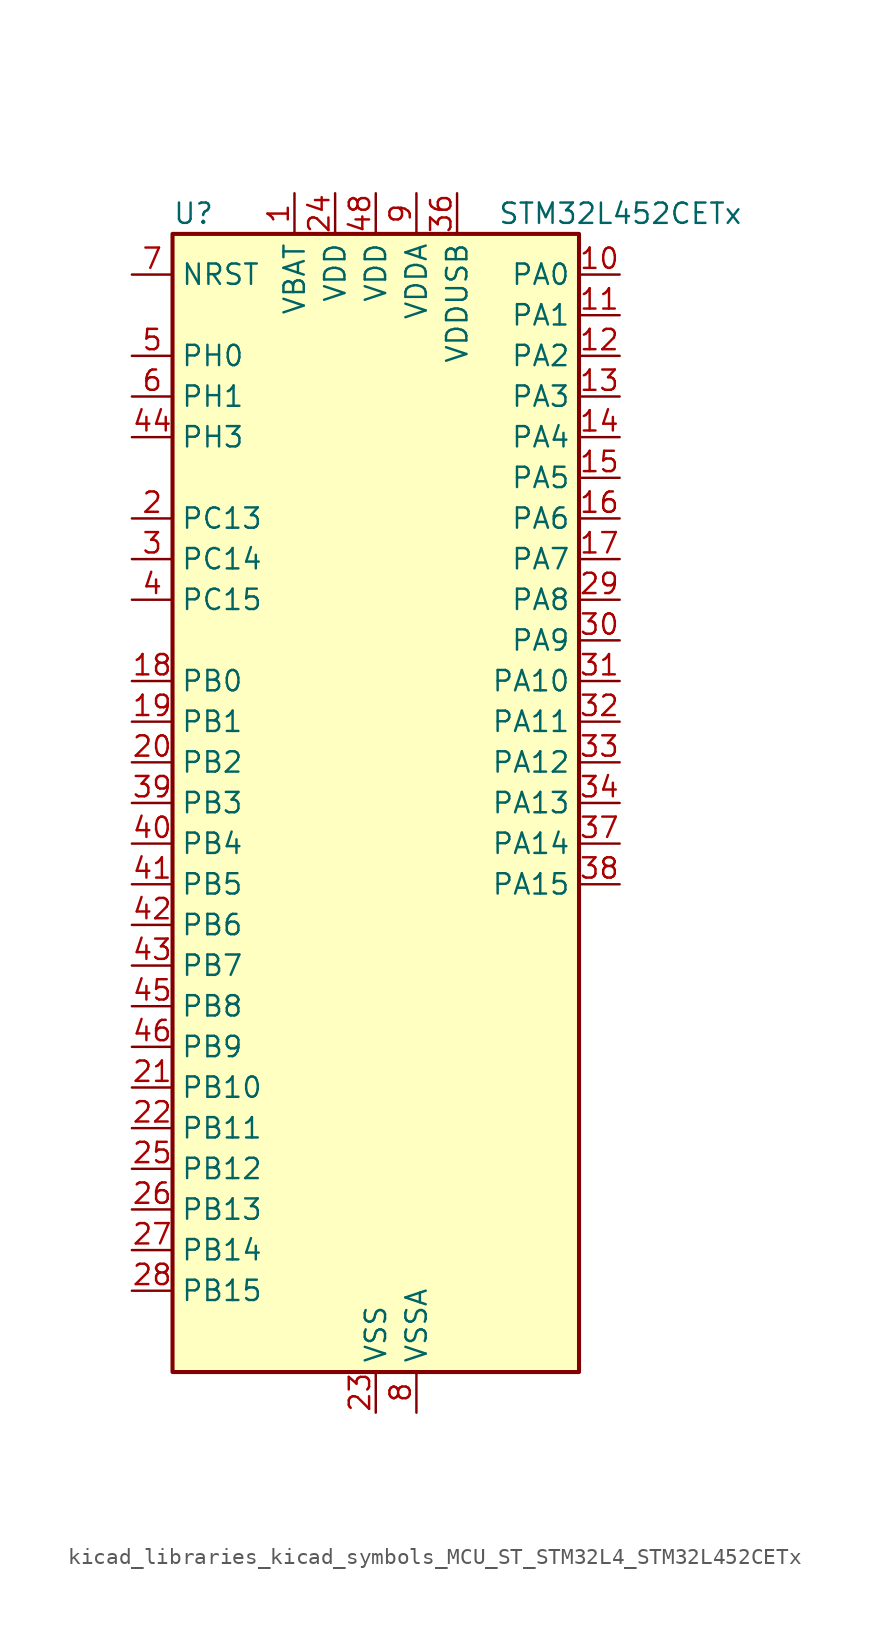
<source format=kicad_sym>
(kicad_symbol_lib
  (version 20220914)
  (generator kicad_symbol_editor)
  (symbol "kicad_libraries_kicad_symbols_MCU_ST_STM32L4_STM32L452CETx"
    (property "Reference" "U"
      (at -12.7 36.83 0)
      (effects (font (size 1.27 1.27)) (justify left)))
    (property "Value" "STM32L452CETx"
      (at 7.62 36.83 0)
      (effects (font (size 1.27 1.27)) (justify left)))
    (property "ki_locked" ""
      (at 0 0 0)
      (effects (font (size 1.27 1.27))))
    (symbol "kicad_libraries_kicad_symbols_MCU_ST_STM32L4_STM32L452CETx_0_1"
      (rectangle (start -12.7 -35.56) (end 12.7 35.56) (stroke (width 0.254) (type default)) (fill (type background))))
    (symbol "kicad_libraries_kicad_symbols_MCU_ST_STM32L4_STM32L452CETx_1_1"
      (pin power_in line (at -5.08 38.1 270) (length 2.54) (name "VBAT" (effects (font (size 1.27 1.27)))) (number "1" (effects (font (size 1.27 1.27)))))
      (pin bidirectional line (at 15.24 33.02 180) (length 2.54) (name "PA0" (effects (font (size 1.27 1.27)))) (number "10" (effects (font (size 1.27 1.27)))) (alternate "ADC1_IN5" bidirectional line) (alternate "COMP1_INM" bidirectional line) (alternate "COMP1_OUT" bidirectional line) (alternate "OPAMP1_VINP" bidirectional line) (alternate "RTC_TAMP2" bidirectional line) (alternate "SAI1_EXTCLK" bidirectional line) (alternate "SYS_WKUP1" bidirectional line) (alternate "TIM2_CH1" bidirectional line) (alternate "TIM2_ETR" bidirectional line) (alternate "UART4_TX" bidirectional line) (alternate "USART2_CTS" bidirectional line))
      (pin bidirectional line (at 15.24 30.48 180) (length 2.54) (name "PA1" (effects (font (size 1.27 1.27)))) (number "11" (effects (font (size 1.27 1.27)))) (alternate "ADC1_IN6" bidirectional line) (alternate "COMP1_INP" bidirectional line) (alternate "I2C1_SMBA" bidirectional line) (alternate "OPAMP1_VINM" bidirectional line) (alternate "SPI1_SCK" bidirectional line) (alternate "TIM15_CH1N" bidirectional line) (alternate "TIM2_CH2" bidirectional line) (alternate "UART4_RX" bidirectional line) (alternate "USART2_DE" bidirectional line) (alternate "USART2_RTS" bidirectional line))
      (pin bidirectional line (at 15.24 27.94 180) (length 2.54) (name "PA2" (effects (font (size 1.27 1.27)))) (number "12" (effects (font (size 1.27 1.27)))) (alternate "ADC1_IN7" bidirectional line) (alternate "COMP2_INM" bidirectional line) (alternate "COMP2_OUT" bidirectional line) (alternate "LPUART1_TX" bidirectional line) (alternate "QUADSPI_BK1_NCS" bidirectional line) (alternate "RCC_LSCO" bidirectional line) (alternate "SYS_WKUP4" bidirectional line) (alternate "TIM15_CH1" bidirectional line) (alternate "TIM2_CH3" bidirectional line) (alternate "USART2_TX" bidirectional line))
      (pin bidirectional line (at 15.24 25.4 180) (length 2.54) (name "PA3" (effects (font (size 1.27 1.27)))) (number "13" (effects (font (size 1.27 1.27)))) (alternate "ADC1_IN8" bidirectional line) (alternate "COMP2_INP" bidirectional line) (alternate "LPUART1_RX" bidirectional line) (alternate "OPAMP1_VOUT" bidirectional line) (alternate "QUADSPI_CLK" bidirectional line) (alternate "SAI1_MCLK_A" bidirectional line) (alternate "TIM15_CH2" bidirectional line) (alternate "TIM2_CH4" bidirectional line) (alternate "USART2_RX" bidirectional line))
      (pin bidirectional line (at 15.24 22.86 180) (length 2.54) (name "PA4" (effects (font (size 1.27 1.27)))) (number "14" (effects (font (size 1.27 1.27)))) (alternate "ADC1_IN9" bidirectional line) (alternate "COMP1_INM" bidirectional line) (alternate "COMP2_INM" bidirectional line) (alternate "DAC1_OUT1" bidirectional line) (alternate "LPTIM2_OUT" bidirectional line) (alternate "SAI1_FS_B" bidirectional line) (alternate "SPI1_NSS" bidirectional line) (alternate "SPI3_NSS" bidirectional line) (alternate "USART2_CK" bidirectional line))
      (pin bidirectional line (at 15.24 20.32 180) (length 2.54) (name "PA5" (effects (font (size 1.27 1.27)))) (number "15" (effects (font (size 1.27 1.27)))) (alternate "ADC1_IN10" bidirectional line) (alternate "COMP1_INM" bidirectional line) (alternate "COMP2_INM" bidirectional line) (alternate "DFSDM1_CKOUT" bidirectional line) (alternate "LPTIM2_ETR" bidirectional line) (alternate "SPI1_SCK" bidirectional line) (alternate "TIM2_CH1" bidirectional line) (alternate "TIM2_ETR" bidirectional line))
      (pin bidirectional line (at 15.24 17.78 180) (length 2.54) (name "PA6" (effects (font (size 1.27 1.27)))) (number "16" (effects (font (size 1.27 1.27)))) (alternate "ADC1_IN11" bidirectional line) (alternate "COMP1_OUT" bidirectional line) (alternate "LPUART1_CTS" bidirectional line) (alternate "QUADSPI_BK1_IO3" bidirectional line) (alternate "SPI1_MISO" bidirectional line) (alternate "TIM16_CH1" bidirectional line) (alternate "TIM1_BKIN" bidirectional line) (alternate "TIM1_BKIN_COMP2" bidirectional line) (alternate "TIM3_CH1" bidirectional line) (alternate "USART3_CTS" bidirectional line))
      (pin bidirectional line (at 15.24 15.24 180) (length 2.54) (name "PA7" (effects (font (size 1.27 1.27)))) (number "17" (effects (font (size 1.27 1.27)))) (alternate "ADC1_IN12" bidirectional line) (alternate "COMP2_OUT" bidirectional line) (alternate "DFSDM1_DATIN0" bidirectional line) (alternate "I2C3_SCL" bidirectional line) (alternate "QUADSPI_BK1_IO2" bidirectional line) (alternate "SPI1_MOSI" bidirectional line) (alternate "TIM1_CH1N" bidirectional line) (alternate "TIM3_CH2" bidirectional line))
      (pin bidirectional line (at -15.24 7.62 0) (length 2.54) (name "PB0" (effects (font (size 1.27 1.27)))) (number "18" (effects (font (size 1.27 1.27)))) (alternate "ADC1_IN15" bidirectional line) (alternate "COMP1_OUT" bidirectional line) (alternate "DFSDM1_CKIN0" bidirectional line) (alternate "QUADSPI_BK1_IO1" bidirectional line) (alternate "SAI1_EXTCLK" bidirectional line) (alternate "SPI1_NSS" bidirectional line) (alternate "TIM1_CH2N" bidirectional line) (alternate "TIM3_CH3" bidirectional line) (alternate "USART3_CK" bidirectional line))
      (pin bidirectional line (at -15.24 5.08 0) (length 2.54) (name "PB1" (effects (font (size 1.27 1.27)))) (number "19" (effects (font (size 1.27 1.27)))) (alternate "ADC1_IN16" bidirectional line) (alternate "COMP1_INM" bidirectional line) (alternate "DFSDM1_DATIN0" bidirectional line) (alternate "LPTIM2_IN1" bidirectional line) (alternate "LPUART1_DE" bidirectional line) (alternate "LPUART1_RTS" bidirectional line) (alternate "QUADSPI_BK1_IO0" bidirectional line) (alternate "TIM1_CH3N" bidirectional line) (alternate "TIM3_CH4" bidirectional line) (alternate "USART3_DE" bidirectional line) (alternate "USART3_RTS" bidirectional line))
      (pin bidirectional line (at -15.24 17.78 0) (length 2.54) (name "PC13" (effects (font (size 1.27 1.27)))) (number "2" (effects (font (size 1.27 1.27)))) (alternate "RTC_OUT_ALARM" bidirectional line) (alternate "RTC_OUT_CALIB" bidirectional line) (alternate "RTC_TAMP1" bidirectional line) (alternate "RTC_TS" bidirectional line) (alternate "SYS_WKUP2" bidirectional line))
      (pin bidirectional line (at -15.24 2.54 0) (length 2.54) (name "PB2" (effects (font (size 1.27 1.27)))) (number "20" (effects (font (size 1.27 1.27)))) (alternate "COMP1_INP" bidirectional line) (alternate "DFSDM1_CKIN0" bidirectional line) (alternate "I2C3_SMBA" bidirectional line) (alternate "LPTIM1_OUT" bidirectional line) (alternate "RTC_OUT_ALARM" bidirectional line) (alternate "RTC_OUT_CALIB" bidirectional line))
      (pin bidirectional line (at -15.24 -17.78 0) (length 2.54) (name "PB10" (effects (font (size 1.27 1.27)))) (number "21" (effects (font (size 1.27 1.27)))) (alternate "COMP1_OUT" bidirectional line) (alternate "I2C2_SCL" bidirectional line) (alternate "I2C4_SCL" bidirectional line) (alternate "LPUART1_RX" bidirectional line) (alternate "QUADSPI_CLK" bidirectional line) (alternate "SAI1_SCK_A" bidirectional line) (alternate "SPI2_SCK" bidirectional line) (alternate "TIM2_CH3" bidirectional line) (alternate "TSC_SYNC" bidirectional line) (alternate "USART3_TX" bidirectional line))
      (pin bidirectional line (at -15.24 -20.32 0) (length 2.54) (name "PB11" (effects (font (size 1.27 1.27)))) (number "22" (effects (font (size 1.27 1.27)))) (alternate "ADC1_EXTI11" bidirectional line) (alternate "COMP2_OUT" bidirectional line) (alternate "I2C2_SDA" bidirectional line) (alternate "I2C4_SDA" bidirectional line) (alternate "LPUART1_TX" bidirectional line) (alternate "QUADSPI_BK1_NCS" bidirectional line) (alternate "TIM2_CH4" bidirectional line) (alternate "USART3_RX" bidirectional line))
      (pin power_in line (at 0 -38.1 90) (length 2.54) (name "VSS" (effects (font (size 1.27 1.27)))) (number "23" (effects (font (size 1.27 1.27)))))
      (pin power_in line (at -2.54 38.1 270) (length 2.54) (name "VDD" (effects (font (size 1.27 1.27)))) (number "24" (effects (font (size 1.27 1.27)))))
      (pin bidirectional line (at -15.24 -22.86 0) (length 2.54) (name "PB12" (effects (font (size 1.27 1.27)))) (number "25" (effects (font (size 1.27 1.27)))) (alternate "CAN1_RX" bidirectional line) (alternate "DFSDM1_DATIN1" bidirectional line) (alternate "I2C2_SMBA" bidirectional line) (alternate "LPUART1_DE" bidirectional line) (alternate "LPUART1_RTS" bidirectional line) (alternate "SAI1_FS_A" bidirectional line) (alternate "SPI2_NSS" bidirectional line) (alternate "TIM15_BKIN" bidirectional line) (alternate "TIM1_BKIN" bidirectional line) (alternate "TIM1_BKIN_COMP2" bidirectional line) (alternate "TSC_G1_IO1" bidirectional line) (alternate "USART3_CK" bidirectional line))
      (pin bidirectional line (at -15.24 -25.4 0) (length 2.54) (name "PB13" (effects (font (size 1.27 1.27)))) (number "26" (effects (font (size 1.27 1.27)))) (alternate "CAN1_TX" bidirectional line) (alternate "DFSDM1_CKIN1" bidirectional line) (alternate "I2C2_SCL" bidirectional line) (alternate "LPUART1_CTS" bidirectional line) (alternate "SAI1_SCK_A" bidirectional line) (alternate "SPI2_SCK" bidirectional line) (alternate "TIM15_CH1N" bidirectional line) (alternate "TIM1_CH1N" bidirectional line) (alternate "TSC_G1_IO2" bidirectional line) (alternate "USART3_CTS" bidirectional line))
      (pin bidirectional line (at -15.24 -27.94 0) (length 2.54) (name "PB14" (effects (font (size 1.27 1.27)))) (number "27" (effects (font (size 1.27 1.27)))) (alternate "DFSDM1_DATIN2" bidirectional line) (alternate "I2C2_SDA" bidirectional line) (alternate "SAI1_MCLK_A" bidirectional line) (alternate "SPI2_MISO" bidirectional line) (alternate "TIM15_CH1" bidirectional line) (alternate "TIM1_CH2N" bidirectional line) (alternate "TSC_G1_IO3" bidirectional line) (alternate "USART3_DE" bidirectional line) (alternate "USART3_RTS" bidirectional line))
      (pin bidirectional line (at -15.24 -30.48 0) (length 2.54) (name "PB15" (effects (font (size 1.27 1.27)))) (number "28" (effects (font (size 1.27 1.27)))) (alternate "ADC1_EXTI15" bidirectional line) (alternate "DFSDM1_CKIN2" bidirectional line) (alternate "RTC_REFIN" bidirectional line) (alternate "SAI1_SD_A" bidirectional line) (alternate "SPI2_MOSI" bidirectional line) (alternate "TIM15_CH2" bidirectional line) (alternate "TIM1_CH3N" bidirectional line) (alternate "TSC_G1_IO4" bidirectional line))
      (pin bidirectional line (at 15.24 12.7 180) (length 2.54) (name "PA8" (effects (font (size 1.27 1.27)))) (number "29" (effects (font (size 1.27 1.27)))) (alternate "DFSDM1_CKIN1" bidirectional line) (alternate "LPTIM2_OUT" bidirectional line) (alternate "RCC_MCO" bidirectional line) (alternate "SAI1_SCK_A" bidirectional line) (alternate "TIM1_CH1" bidirectional line) (alternate "USART1_CK" bidirectional line))
      (pin bidirectional line (at -15.24 15.24 0) (length 2.54) (name "PC14" (effects (font (size 1.27 1.27)))) (number "3" (effects (font (size 1.27 1.27)))) (alternate "RCC_OSC32_IN" bidirectional line))
      (pin bidirectional line (at 15.24 10.16 180) (length 2.54) (name "PA9" (effects (font (size 1.27 1.27)))) (number "30" (effects (font (size 1.27 1.27)))) (alternate "DAC1_EXTI9" bidirectional line) (alternate "DFSDM1_DATIN1" bidirectional line) (alternate "I2C1_SCL" bidirectional line) (alternate "SAI1_FS_A" bidirectional line) (alternate "TIM15_BKIN" bidirectional line) (alternate "TIM1_CH2" bidirectional line) (alternate "USART1_TX" bidirectional line))
      (pin bidirectional line (at 15.24 7.62 180) (length 2.54) (name "PA10" (effects (font (size 1.27 1.27)))) (number "31" (effects (font (size 1.27 1.27)))) (alternate "CRS_SYNC" bidirectional line) (alternate "I2C1_SDA" bidirectional line) (alternate "SAI1_SD_A" bidirectional line) (alternate "TIM1_CH3" bidirectional line) (alternate "USART1_RX" bidirectional line))
      (pin bidirectional line (at 15.24 5.08 180) (length 2.54) (name "PA11" (effects (font (size 1.27 1.27)))) (number "32" (effects (font (size 1.27 1.27)))) (alternate "ADC1_EXTI11" bidirectional line) (alternate "CAN1_RX" bidirectional line) (alternate "COMP1_OUT" bidirectional line) (alternate "SPI1_MISO" bidirectional line) (alternate "TIM1_BKIN2" bidirectional line) (alternate "TIM1_BKIN2_COMP1" bidirectional line) (alternate "TIM1_CH4" bidirectional line) (alternate "USART1_CTS" bidirectional line) (alternate "USB_DM" bidirectional line))
      (pin bidirectional line (at 15.24 2.54 180) (length 2.54) (name "PA12" (effects (font (size 1.27 1.27)))) (number "33" (effects (font (size 1.27 1.27)))) (alternate "CAN1_TX" bidirectional line) (alternate "SPI1_MOSI" bidirectional line) (alternate "TIM1_ETR" bidirectional line) (alternate "USART1_DE" bidirectional line) (alternate "USART1_RTS" bidirectional line) (alternate "USB_DP" bidirectional line))
      (pin bidirectional line (at 15.24 0 180) (length 2.54) (name "PA13" (effects (font (size 1.27 1.27)))) (number "34" (effects (font (size 1.27 1.27)))) (alternate "IR_OUT" bidirectional line) (alternate "SAI1_SD_B" bidirectional line) (alternate "SYS_JTMS-SWDIO" bidirectional line) (alternate "USB_NOE" bidirectional line))
      (pin passive line (at 0 -38.1 90) (length 2.54) hide (name "VSS" (effects (font (size 1.27 1.27)))) (number "35" (effects (font (size 1.27 1.27)))))
      (pin power_in line (at 5.08 38.1 270) (length 2.54) (name "VDDUSB" (effects (font (size 1.27 1.27)))) (number "36" (effects (font (size 1.27 1.27)))))
      (pin bidirectional line (at 15.24 -2.54 180) (length 2.54) (name "PA14" (effects (font (size 1.27 1.27)))) (number "37" (effects (font (size 1.27 1.27)))) (alternate "I2C1_SMBA" bidirectional line) (alternate "I2C4_SMBA" bidirectional line) (alternate "LPTIM1_OUT" bidirectional line) (alternate "SAI1_FS_B" bidirectional line) (alternate "SYS_JTCK-SWCLK" bidirectional line))
      (pin bidirectional line (at 15.24 -5.08 180) (length 2.54) (name "PA15" (effects (font (size 1.27 1.27)))) (number "38" (effects (font (size 1.27 1.27)))) (alternate "ADC1_EXTI15" bidirectional line) (alternate "SPI1_NSS" bidirectional line) (alternate "SPI3_NSS" bidirectional line) (alternate "SYS_JTDI" bidirectional line) (alternate "TIM2_CH1" bidirectional line) (alternate "TIM2_ETR" bidirectional line) (alternate "UART4_DE" bidirectional line) (alternate "UART4_RTS" bidirectional line) (alternate "USART2_RX" bidirectional line) (alternate "USART3_DE" bidirectional line) (alternate "USART3_RTS" bidirectional line))
      (pin bidirectional line (at -15.24 0 0) (length 2.54) (name "PB3" (effects (font (size 1.27 1.27)))) (number "39" (effects (font (size 1.27 1.27)))) (alternate "COMP2_INM" bidirectional line) (alternate "SAI1_SCK_B" bidirectional line) (alternate "SPI1_SCK" bidirectional line) (alternate "SPI3_SCK" bidirectional line) (alternate "SYS_JTDO-SWO" bidirectional line) (alternate "TIM2_CH2" bidirectional line) (alternate "USART1_DE" bidirectional line) (alternate "USART1_RTS" bidirectional line))
      (pin bidirectional line (at -15.24 12.7 0) (length 2.54) (name "PC15" (effects (font (size 1.27 1.27)))) (number "4" (effects (font (size 1.27 1.27)))) (alternate "ADC1_EXTI15" bidirectional line) (alternate "RCC_OSC32_OUT" bidirectional line))
      (pin bidirectional line (at -15.24 -2.54 0) (length 2.54) (name "PB4" (effects (font (size 1.27 1.27)))) (number "40" (effects (font (size 1.27 1.27)))) (alternate "COMP2_INP" bidirectional line) (alternate "I2C3_SDA" bidirectional line) (alternate "SAI1_MCLK_B" bidirectional line) (alternate "SPI1_MISO" bidirectional line) (alternate "SPI3_MISO" bidirectional line) (alternate "SYS_JTRST" bidirectional line) (alternate "TIM3_CH1" bidirectional line) (alternate "TSC_G2_IO1" bidirectional line) (alternate "USART1_CTS" bidirectional line))
      (pin bidirectional line (at -15.24 -5.08 0) (length 2.54) (name "PB5" (effects (font (size 1.27 1.27)))) (number "41" (effects (font (size 1.27 1.27)))) (alternate "CAN1_RX" bidirectional line) (alternate "COMP2_OUT" bidirectional line) (alternate "I2C1_SMBA" bidirectional line) (alternate "LPTIM1_IN1" bidirectional line) (alternate "SAI1_SD_B" bidirectional line) (alternate "SPI1_MOSI" bidirectional line) (alternate "SPI3_MOSI" bidirectional line) (alternate "TIM16_BKIN" bidirectional line) (alternate "TIM3_CH2" bidirectional line) (alternate "TSC_G2_IO2" bidirectional line) (alternate "USART1_CK" bidirectional line))
      (pin bidirectional line (at -15.24 -7.62 0) (length 2.54) (name "PB6" (effects (font (size 1.27 1.27)))) (number "42" (effects (font (size 1.27 1.27)))) (alternate "CAN1_TX" bidirectional line) (alternate "COMP2_INP" bidirectional line) (alternate "I2C1_SCL" bidirectional line) (alternate "I2C4_SCL" bidirectional line) (alternate "LPTIM1_ETR" bidirectional line) (alternate "SAI1_FS_B" bidirectional line) (alternate "TIM16_CH1N" bidirectional line) (alternate "TSC_G2_IO3" bidirectional line) (alternate "USART1_TX" bidirectional line))
      (pin bidirectional line (at -15.24 -10.16 0) (length 2.54) (name "PB7" (effects (font (size 1.27 1.27)))) (number "43" (effects (font (size 1.27 1.27)))) (alternate "COMP2_INM" bidirectional line) (alternate "I2C1_SDA" bidirectional line) (alternate "I2C4_SDA" bidirectional line) (alternate "LPTIM1_IN2" bidirectional line) (alternate "SYS_PVD_IN" bidirectional line) (alternate "TSC_G2_IO4" bidirectional line) (alternate "UART4_CTS" bidirectional line) (alternate "USART1_RX" bidirectional line))
      (pin bidirectional line (at -15.24 22.86 0) (length 2.54) (name "PH3" (effects (font (size 1.27 1.27)))) (number "44" (effects (font (size 1.27 1.27)))))
      (pin bidirectional line (at -15.24 -12.7 0) (length 2.54) (name "PB8" (effects (font (size 1.27 1.27)))) (number "45" (effects (font (size 1.27 1.27)))) (alternate "CAN1_RX" bidirectional line) (alternate "I2C1_SCL" bidirectional line) (alternate "SAI1_MCLK_A" bidirectional line) (alternate "TIM16_CH1" bidirectional line))
      (pin bidirectional line (at -15.24 -15.24 0) (length 2.54) (name "PB9" (effects (font (size 1.27 1.27)))) (number "46" (effects (font (size 1.27 1.27)))) (alternate "CAN1_TX" bidirectional line) (alternate "DAC1_EXTI9" bidirectional line) (alternate "I2C1_SDA" bidirectional line) (alternate "IR_OUT" bidirectional line) (alternate "SAI1_FS_A" bidirectional line) (alternate "SPI2_NSS" bidirectional line))
      (pin passive line (at 0 -38.1 90) (length 2.54) hide (name "VSS" (effects (font (size 1.27 1.27)))) (number "47" (effects (font (size 1.27 1.27)))))
      (pin power_in line (at 0 38.1 270) (length 2.54) (name "VDD" (effects (font (size 1.27 1.27)))) (number "48" (effects (font (size 1.27 1.27)))))
      (pin bidirectional line (at -15.24 27.94 0) (length 2.54) (name "PH0" (effects (font (size 1.27 1.27)))) (number "5" (effects (font (size 1.27 1.27)))) (alternate "RCC_OSC_IN" bidirectional line))
      (pin bidirectional line (at -15.24 25.4 0) (length 2.54) (name "PH1" (effects (font (size 1.27 1.27)))) (number "6" (effects (font (size 1.27 1.27)))) (alternate "RCC_OSC_OUT" bidirectional line))
      (pin input line (at -15.24 33.02 0) (length 2.54) (name "NRST" (effects (font (size 1.27 1.27)))) (number "7" (effects (font (size 1.27 1.27)))))
      (pin power_in line (at 2.54 -38.1 90) (length 2.54) (name "VSSA" (effects (font (size 1.27 1.27)))) (number "8" (effects (font (size 1.27 1.27)))))
      (pin power_in line (at 2.54 38.1 270) (length 2.54) (name "VDDA" (effects (font (size 1.27 1.27)))) (number "9" (effects (font (size 1.27 1.27))))))))
</source>
